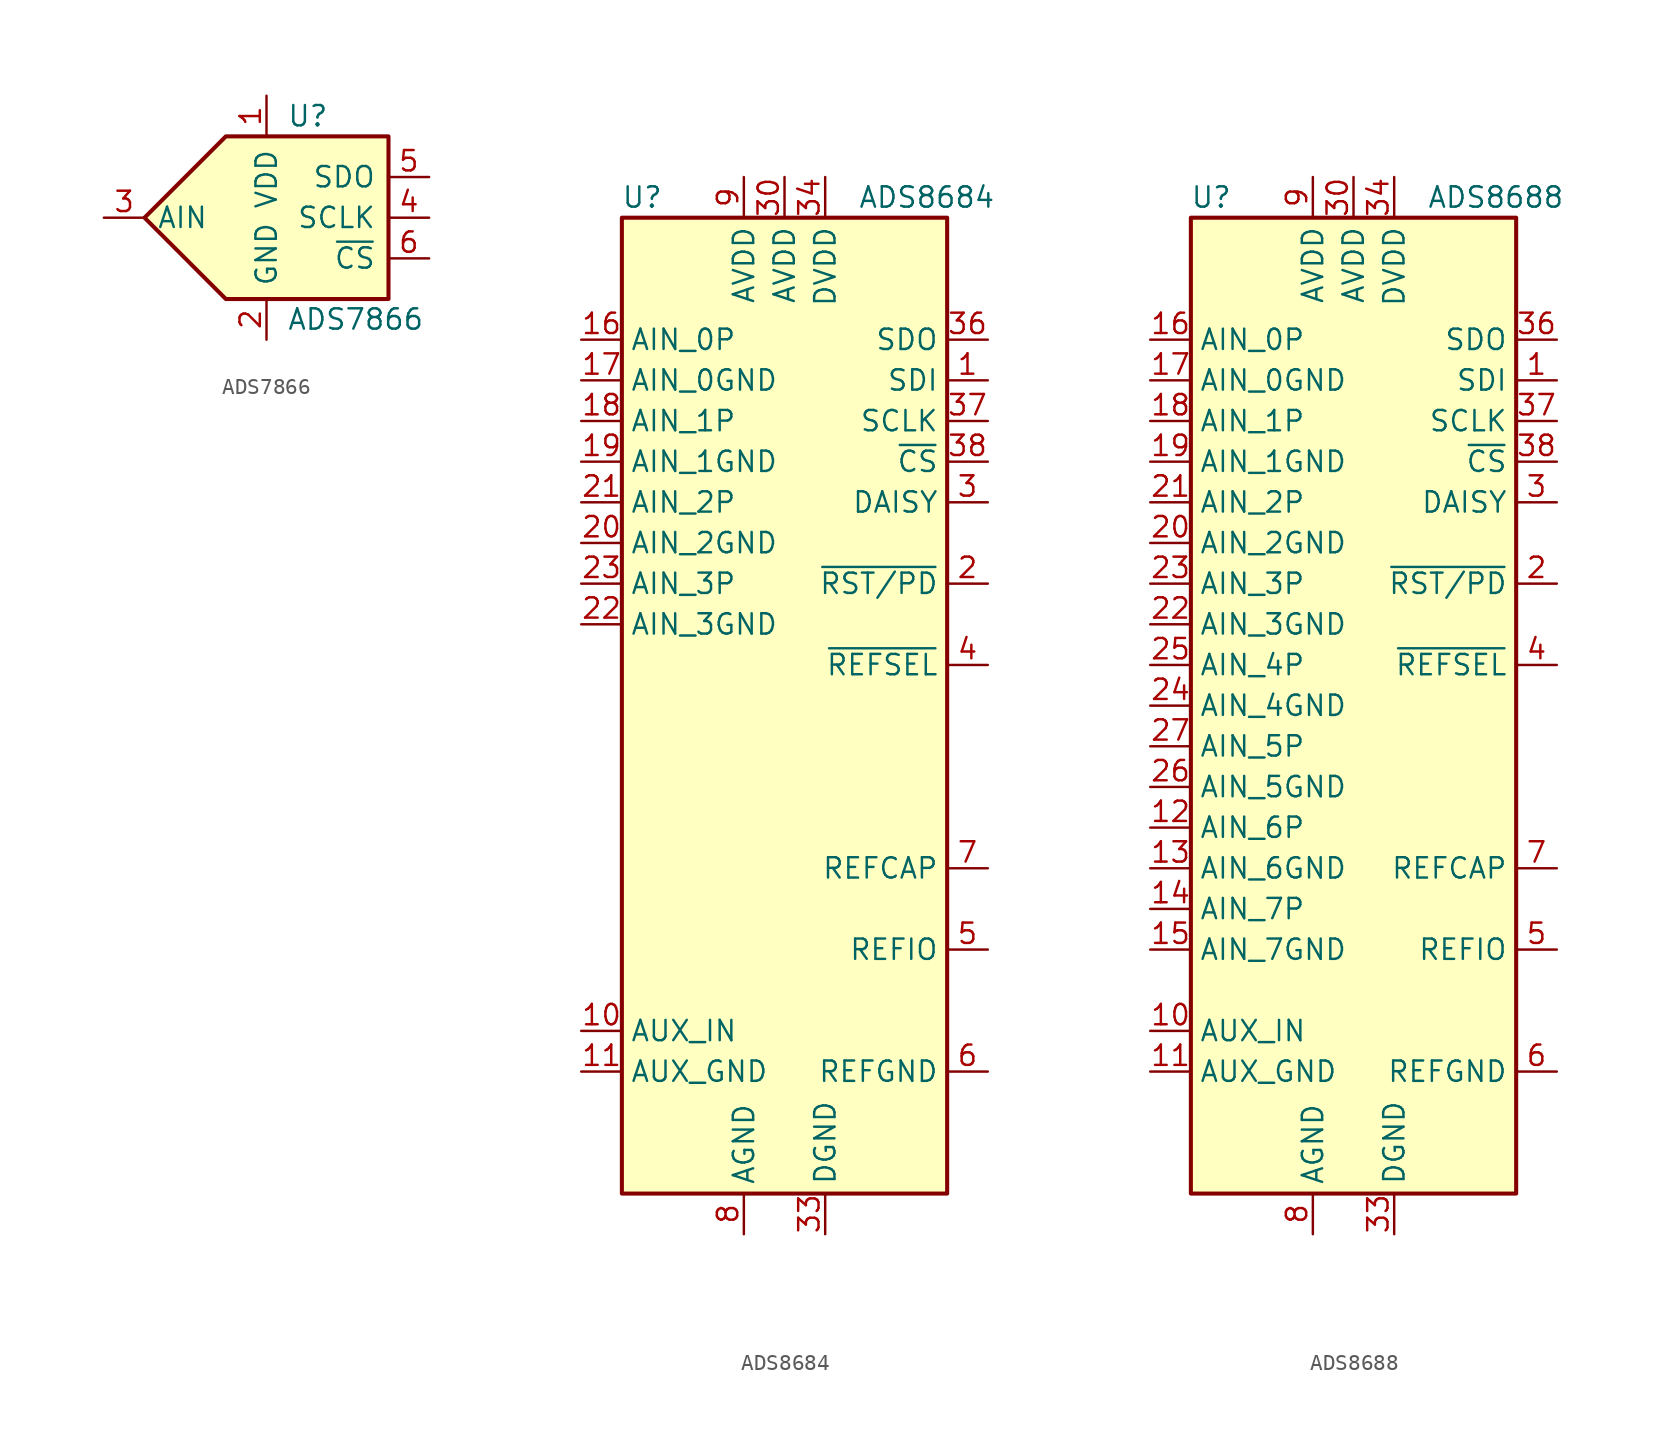
<source format=kicad_sym>
(kicad_symbol_lib
  (version 20201005)
  (generator kicad_symbol_editor)
  (symbol "ADS7866"
    (pin_names
      (offset 0.762))
    (property "Reference" "U"
      (at 1.27 6.35 0)
      (effects (font (size 1.27 1.27)) (justify left)))
    (property "Value" "ADS7866"
      (at 1.27 -6.35 0)
      (effects (font (size 1.27 1.27)) (justify left)))
    (symbol "ADS7866_0_1"
      (polyline (pts (xy -2.54 5.08) (xy 7.62 5.08) (xy 7.62 -5.08) (xy -2.54 -5.08) (xy -7.62 0) (xy -2.54 5.08)) (stroke (width 0.254)) (fill (type background))))
    (symbol "ADS7866_1_1"
      (pin power_in line (at 0 7.62 270) (length 2.54) (name "VDD" (effects (font (size 1.27 1.27)))) (number "1" (effects (font (size 1.27 1.27)))))
      (pin power_in line (at 0 -7.62 90) (length 2.54) (name "GND" (effects (font (size 1.27 1.27)))) (number "2" (effects (font (size 1.27 1.27)))))
      (pin input line (at -10.16 0 0) (length 2.54) (name "AIN" (effects (font (size 1.27 1.27)))) (number "3" (effects (font (size 1.27 1.27)))))
      (pin input line (at 10.16 0 180) (length 2.54) (name "SCLK" (effects (font (size 1.27 1.27)))) (number "4" (effects (font (size 1.27 1.27)))))
      (pin tri_state line (at 10.16 2.54 180) (length 2.54) (name "SDO" (effects (font (size 1.27 1.27)))) (number "5" (effects (font (size 1.27 1.27)))))
      (pin input line (at 10.16 -2.54 180) (length 2.54) (name "~CS" (effects (font (size 1.27 1.27)))) (number "6" (effects (font (size 1.27 1.27)))))))
  (symbol "ADS8684"
    (property "Reference" "U"
      (at -8.89 31.75 0)
      (effects (font (size 1.27 1.27))))
    (property "Value" "ADS8684"
      (at 8.89 31.75 0)
      (effects (font (size 1.27 1.27))))
    (symbol "ADS8684_0_1"
      (rectangle (start -10.16 30.48) (end 10.16 -30.48) (stroke (width 0.254)) (fill (type background))))
    (symbol "ADS8684_1_1"
      (pin input line (at 12.7 20.32 180) (length 2.54) (name "SDI" (effects (font (size 1.27 1.27)))) (number "1" (effects (font (size 1.27 1.27)))))
      (pin input line (at -12.7 -20.32 0) (length 2.54) (name "AUX_IN" (effects (font (size 1.27 1.27)))) (number "10" (effects (font (size 1.27 1.27)))))
      (pin input line (at -12.7 -22.86 0) (length 2.54) (name "AUX_GND" (effects (font (size 1.27 1.27)))) (number "11" (effects (font (size 1.27 1.27)))))
      (pin no_connect line (at -10.16 -7.62 0) (length 2.54) hide (name "NC" (effects (font (size 1.27 1.27)))) (number "12" (effects (font (size 1.27 1.27)))))
      (pin no_connect line (at -10.16 -10.16 0) (length 2.54) hide (name "NC" (effects (font (size 1.27 1.27)))) (number "13" (effects (font (size 1.27 1.27)))))
      (pin no_connect line (at -10.16 -12.7 0) (length 2.54) hide (name "NC" (effects (font (size 1.27 1.27)))) (number "14" (effects (font (size 1.27 1.27)))))
      (pin no_connect line (at -10.16 -15.24 0) (length 2.54) hide (name "NC" (effects (font (size 1.27 1.27)))) (number "15" (effects (font (size 1.27 1.27)))))
      (pin input line (at -12.7 22.86 0) (length 2.54) (name "AIN_0P" (effects (font (size 1.27 1.27)))) (number "16" (effects (font (size 1.27 1.27)))))
      (pin input line (at -12.7 20.32 0) (length 2.54) (name "AIN_0GND" (effects (font (size 1.27 1.27)))) (number "17" (effects (font (size 1.27 1.27)))))
      (pin input line (at -12.7 17.78 0) (length 2.54) (name "AIN_1P" (effects (font (size 1.27 1.27)))) (number "18" (effects (font (size 1.27 1.27)))))
      (pin input line (at -12.7 15.24 0) (length 2.54) (name "AIN_1GND" (effects (font (size 1.27 1.27)))) (number "19" (effects (font (size 1.27 1.27)))))
      (pin input line (at 12.7 7.62 180) (length 2.54) (name "~RST/PD" (effects (font (size 1.27 1.27)))) (number "2" (effects (font (size 1.27 1.27)))))
      (pin input line (at -12.7 10.16 0) (length 2.54) (name "AIN_2GND" (effects (font (size 1.27 1.27)))) (number "20" (effects (font (size 1.27 1.27)))))
      (pin input line (at -12.7 12.7 0) (length 2.54) (name "AIN_2P" (effects (font (size 1.27 1.27)))) (number "21" (effects (font (size 1.27 1.27)))))
      (pin input line (at -12.7 5.08 0) (length 2.54) (name "AIN_3GND" (effects (font (size 1.27 1.27)))) (number "22" (effects (font (size 1.27 1.27)))))
      (pin input line (at -12.7 7.62 0) (length 2.54) (name "AIN_3P" (effects (font (size 1.27 1.27)))) (number "23" (effects (font (size 1.27 1.27)))))
      (pin no_connect line (at -10.16 0 0) (length 2.54) hide (name "NC" (effects (font (size 1.27 1.27)))) (number "24" (effects (font (size 1.27 1.27)))))
      (pin no_connect line (at -10.16 2.54 0) (length 2.54) hide (name "NC" (effects (font (size 1.27 1.27)))) (number "25" (effects (font (size 1.27 1.27)))))
      (pin no_connect line (at -10.16 -5.08 0) (length 2.54) hide (name "NC" (effects (font (size 1.27 1.27)))) (number "26" (effects (font (size 1.27 1.27)))))
      (pin no_connect line (at -10.16 -2.54 0) (length 2.54) hide (name "NC" (effects (font (size 1.27 1.27)))) (number "27" (effects (font (size 1.27 1.27)))))
      (pin passive line (at -2.54 -33.02 90) (length 2.54) hide (name "AGND" (effects (font (size 1.27 1.27)))) (number "28" (effects (font (size 1.27 1.27)))))
      (pin passive line (at -2.54 -33.02 90) (length 2.54) hide (name "AGND" (effects (font (size 1.27 1.27)))) (number "29" (effects (font (size 1.27 1.27)))))
      (pin input line (at 12.7 12.7 180) (length 2.54) (name "DAISY" (effects (font (size 1.27 1.27)))) (number "3" (effects (font (size 1.27 1.27)))))
      (pin power_in line (at 0 33.02 270) (length 2.54) (name "AVDD" (effects (font (size 1.27 1.27)))) (number "30" (effects (font (size 1.27 1.27)))))
      (pin passive line (at -2.54 -33.02 90) (length 2.54) hide (name "AGND" (effects (font (size 1.27 1.27)))) (number "31" (effects (font (size 1.27 1.27)))))
      (pin passive line (at -2.54 -33.02 90) (length 2.54) hide (name "AGND" (effects (font (size 1.27 1.27)))) (number "32" (effects (font (size 1.27 1.27)))))
      (pin power_in line (at 2.54 -33.02 90) (length 2.54) (name "DGND" (effects (font (size 1.27 1.27)))) (number "33" (effects (font (size 1.27 1.27)))))
      (pin power_in line (at 2.54 33.02 270) (length 2.54) (name "DVDD" (effects (font (size 1.27 1.27)))) (number "34" (effects (font (size 1.27 1.27)))))
      (pin no_connect line (at 10.16 -5.08 180) (length 2.54) hide (name "DNC" (effects (font (size 1.27 1.27)))) (number "35" (effects (font (size 1.27 1.27)))))
      (pin output line (at 12.7 22.86 180) (length 2.54) (name "SDO" (effects (font (size 1.27 1.27)))) (number "36" (effects (font (size 1.27 1.27)))))
      (pin input line (at 12.7 17.78 180) (length 2.54) (name "SCLK" (effects (font (size 1.27 1.27)))) (number "37" (effects (font (size 1.27 1.27)))))
      (pin input line (at 12.7 15.24 180) (length 2.54) (name "~CS" (effects (font (size 1.27 1.27)))) (number "38" (effects (font (size 1.27 1.27)))))
      (pin input line (at 12.7 2.54 180) (length 2.54) (name "~REFSEL" (effects (font (size 1.27 1.27)))) (number "4" (effects (font (size 1.27 1.27)))))
      (pin passive line (at 12.7 -15.24 180) (length 2.54) (name "REFIO" (effects (font (size 1.27 1.27)))) (number "5" (effects (font (size 1.27 1.27)))))
      (pin power_in line (at 12.7 -22.86 180) (length 2.54) (name "REFGND" (effects (font (size 1.27 1.27)))) (number "6" (effects (font (size 1.27 1.27)))))
      (pin passive line (at 12.7 -10.16 180) (length 2.54) (name "REFCAP" (effects (font (size 1.27 1.27)))) (number "7" (effects (font (size 1.27 1.27)))))
      (pin power_in line (at -2.54 -33.02 90) (length 2.54) (name "AGND" (effects (font (size 1.27 1.27)))) (number "8" (effects (font (size 1.27 1.27)))))
      (pin power_in line (at -2.54 33.02 270) (length 2.54) (name "AVDD" (effects (font (size 1.27 1.27)))) (number "9" (effects (font (size 1.27 1.27)))))))
  (symbol "ADS8688"
    (property "Reference" "U"
      (at -8.89 31.75 0)
      (effects (font (size 1.27 1.27))))
    (property "Value" "ADS8688"
      (at 8.89 31.75 0)
      (effects (font (size 1.27 1.27))))
    (symbol "ADS8688_0_1"
      (rectangle (start -10.16 30.48) (end 10.16 -30.48) (stroke (width 0.254)) (fill (type background))))
    (symbol "ADS8688_1_1"
      (pin input line (at 12.7 20.32 180) (length 2.54) (name "SDI" (effects (font (size 1.27 1.27)))) (number "1" (effects (font (size 1.27 1.27)))))
      (pin input line (at -12.7 -20.32 0) (length 2.54) (name "AUX_IN" (effects (font (size 1.27 1.27)))) (number "10" (effects (font (size 1.27 1.27)))))
      (pin input line (at -12.7 -22.86 0) (length 2.54) (name "AUX_GND" (effects (font (size 1.27 1.27)))) (number "11" (effects (font (size 1.27 1.27)))))
      (pin input line (at -12.7 -7.62 0) (length 2.54) (name "AIN_6P" (effects (font (size 1.27 1.27)))) (number "12" (effects (font (size 1.27 1.27)))))
      (pin input line (at -12.7 -10.16 0) (length 2.54) (name "AIN_6GND" (effects (font (size 1.27 1.27)))) (number "13" (effects (font (size 1.27 1.27)))))
      (pin input line (at -12.7 -12.7 0) (length 2.54) (name "AIN_7P" (effects (font (size 1.27 1.27)))) (number "14" (effects (font (size 1.27 1.27)))))
      (pin input line (at -12.7 -15.24 0) (length 2.54) (name "AIN_7GND" (effects (font (size 1.27 1.27)))) (number "15" (effects (font (size 1.27 1.27)))))
      (pin input line (at -12.7 22.86 0) (length 2.54) (name "AIN_0P" (effects (font (size 1.27 1.27)))) (number "16" (effects (font (size 1.27 1.27)))))
      (pin input line (at -12.7 20.32 0) (length 2.54) (name "AIN_0GND" (effects (font (size 1.27 1.27)))) (number "17" (effects (font (size 1.27 1.27)))))
      (pin input line (at -12.7 17.78 0) (length 2.54) (name "AIN_1P" (effects (font (size 1.27 1.27)))) (number "18" (effects (font (size 1.27 1.27)))))
      (pin input line (at -12.7 15.24 0) (length 2.54) (name "AIN_1GND" (effects (font (size 1.27 1.27)))) (number "19" (effects (font (size 1.27 1.27)))))
      (pin input line (at 12.7 7.62 180) (length 2.54) (name "~RST/PD" (effects (font (size 1.27 1.27)))) (number "2" (effects (font (size 1.27 1.27)))))
      (pin input line (at -12.7 10.16 0) (length 2.54) (name "AIN_2GND" (effects (font (size 1.27 1.27)))) (number "20" (effects (font (size 1.27 1.27)))))
      (pin input line (at -12.7 12.7 0) (length 2.54) (name "AIN_2P" (effects (font (size 1.27 1.27)))) (number "21" (effects (font (size 1.27 1.27)))))
      (pin input line (at -12.7 5.08 0) (length 2.54) (name "AIN_3GND" (effects (font (size 1.27 1.27)))) (number "22" (effects (font (size 1.27 1.27)))))
      (pin input line (at -12.7 7.62 0) (length 2.54) (name "AIN_3P" (effects (font (size 1.27 1.27)))) (number "23" (effects (font (size 1.27 1.27)))))
      (pin input line (at -12.7 0 0) (length 2.54) (name "AIN_4GND" (effects (font (size 1.27 1.27)))) (number "24" (effects (font (size 1.27 1.27)))))
      (pin input line (at -12.7 2.54 0) (length 2.54) (name "AIN_4P" (effects (font (size 1.27 1.27)))) (number "25" (effects (font (size 1.27 1.27)))))
      (pin input line (at -12.7 -5.08 0) (length 2.54) (name "AIN_5GND" (effects (font (size 1.27 1.27)))) (number "26" (effects (font (size 1.27 1.27)))))
      (pin input line (at -12.7 -2.54 0) (length 2.54) (name "AIN_5P" (effects (font (size 1.27 1.27)))) (number "27" (effects (font (size 1.27 1.27)))))
      (pin passive line (at -2.54 -33.02 90) (length 2.54) hide (name "AGND" (effects (font (size 1.27 1.27)))) (number "28" (effects (font (size 1.27 1.27)))))
      (pin passive line (at -2.54 -33.02 90) (length 2.54) hide (name "AGND" (effects (font (size 1.27 1.27)))) (number "29" (effects (font (size 1.27 1.27)))))
      (pin input line (at 12.7 12.7 180) (length 2.54) (name "DAISY" (effects (font (size 1.27 1.27)))) (number "3" (effects (font (size 1.27 1.27)))))
      (pin power_in line (at 0 33.02 270) (length 2.54) (name "AVDD" (effects (font (size 1.27 1.27)))) (number "30" (effects (font (size 1.27 1.27)))))
      (pin passive line (at -2.54 -33.02 90) (length 2.54) hide (name "AGND" (effects (font (size 1.27 1.27)))) (number "31" (effects (font (size 1.27 1.27)))))
      (pin passive line (at -2.54 -33.02 90) (length 2.54) hide (name "AGND" (effects (font (size 1.27 1.27)))) (number "32" (effects (font (size 1.27 1.27)))))
      (pin power_in line (at 2.54 -33.02 90) (length 2.54) (name "DGND" (effects (font (size 1.27 1.27)))) (number "33" (effects (font (size 1.27 1.27)))))
      (pin power_in line (at 2.54 33.02 270) (length 2.54) (name "DVDD" (effects (font (size 1.27 1.27)))) (number "34" (effects (font (size 1.27 1.27)))))
      (pin no_connect line (at 10.16 -5.08 180) (length 2.54) hide (name "DNC" (effects (font (size 1.27 1.27)))) (number "35" (effects (font (size 1.27 1.27)))))
      (pin output line (at 12.7 22.86 180) (length 2.54) (name "SDO" (effects (font (size 1.27 1.27)))) (number "36" (effects (font (size 1.27 1.27)))))
      (pin input line (at 12.7 17.78 180) (length 2.54) (name "SCLK" (effects (font (size 1.27 1.27)))) (number "37" (effects (font (size 1.27 1.27)))))
      (pin input line (at 12.7 15.24 180) (length 2.54) (name "~CS" (effects (font (size 1.27 1.27)))) (number "38" (effects (font (size 1.27 1.27)))))
      (pin input line (at 12.7 2.54 180) (length 2.54) (name "~REFSEL" (effects (font (size 1.27 1.27)))) (number "4" (effects (font (size 1.27 1.27)))))
      (pin passive line (at 12.7 -15.24 180) (length 2.54) (name "REFIO" (effects (font (size 1.27 1.27)))) (number "5" (effects (font (size 1.27 1.27)))))
      (pin power_in line (at 12.7 -22.86 180) (length 2.54) (name "REFGND" (effects (font (size 1.27 1.27)))) (number "6" (effects (font (size 1.27 1.27)))))
      (pin passive line (at 12.7 -10.16 180) (length 2.54) (name "REFCAP" (effects (font (size 1.27 1.27)))) (number "7" (effects (font (size 1.27 1.27)))))
      (pin power_in line (at -2.54 -33.02 90) (length 2.54) (name "AGND" (effects (font (size 1.27 1.27)))) (number "8" (effects (font (size 1.27 1.27)))))
      (pin power_in line (at -2.54 33.02 270) (length 2.54) (name "AVDD" (effects (font (size 1.27 1.27)))) (number "9" (effects (font (size 1.27 1.27))))))))
</source>
